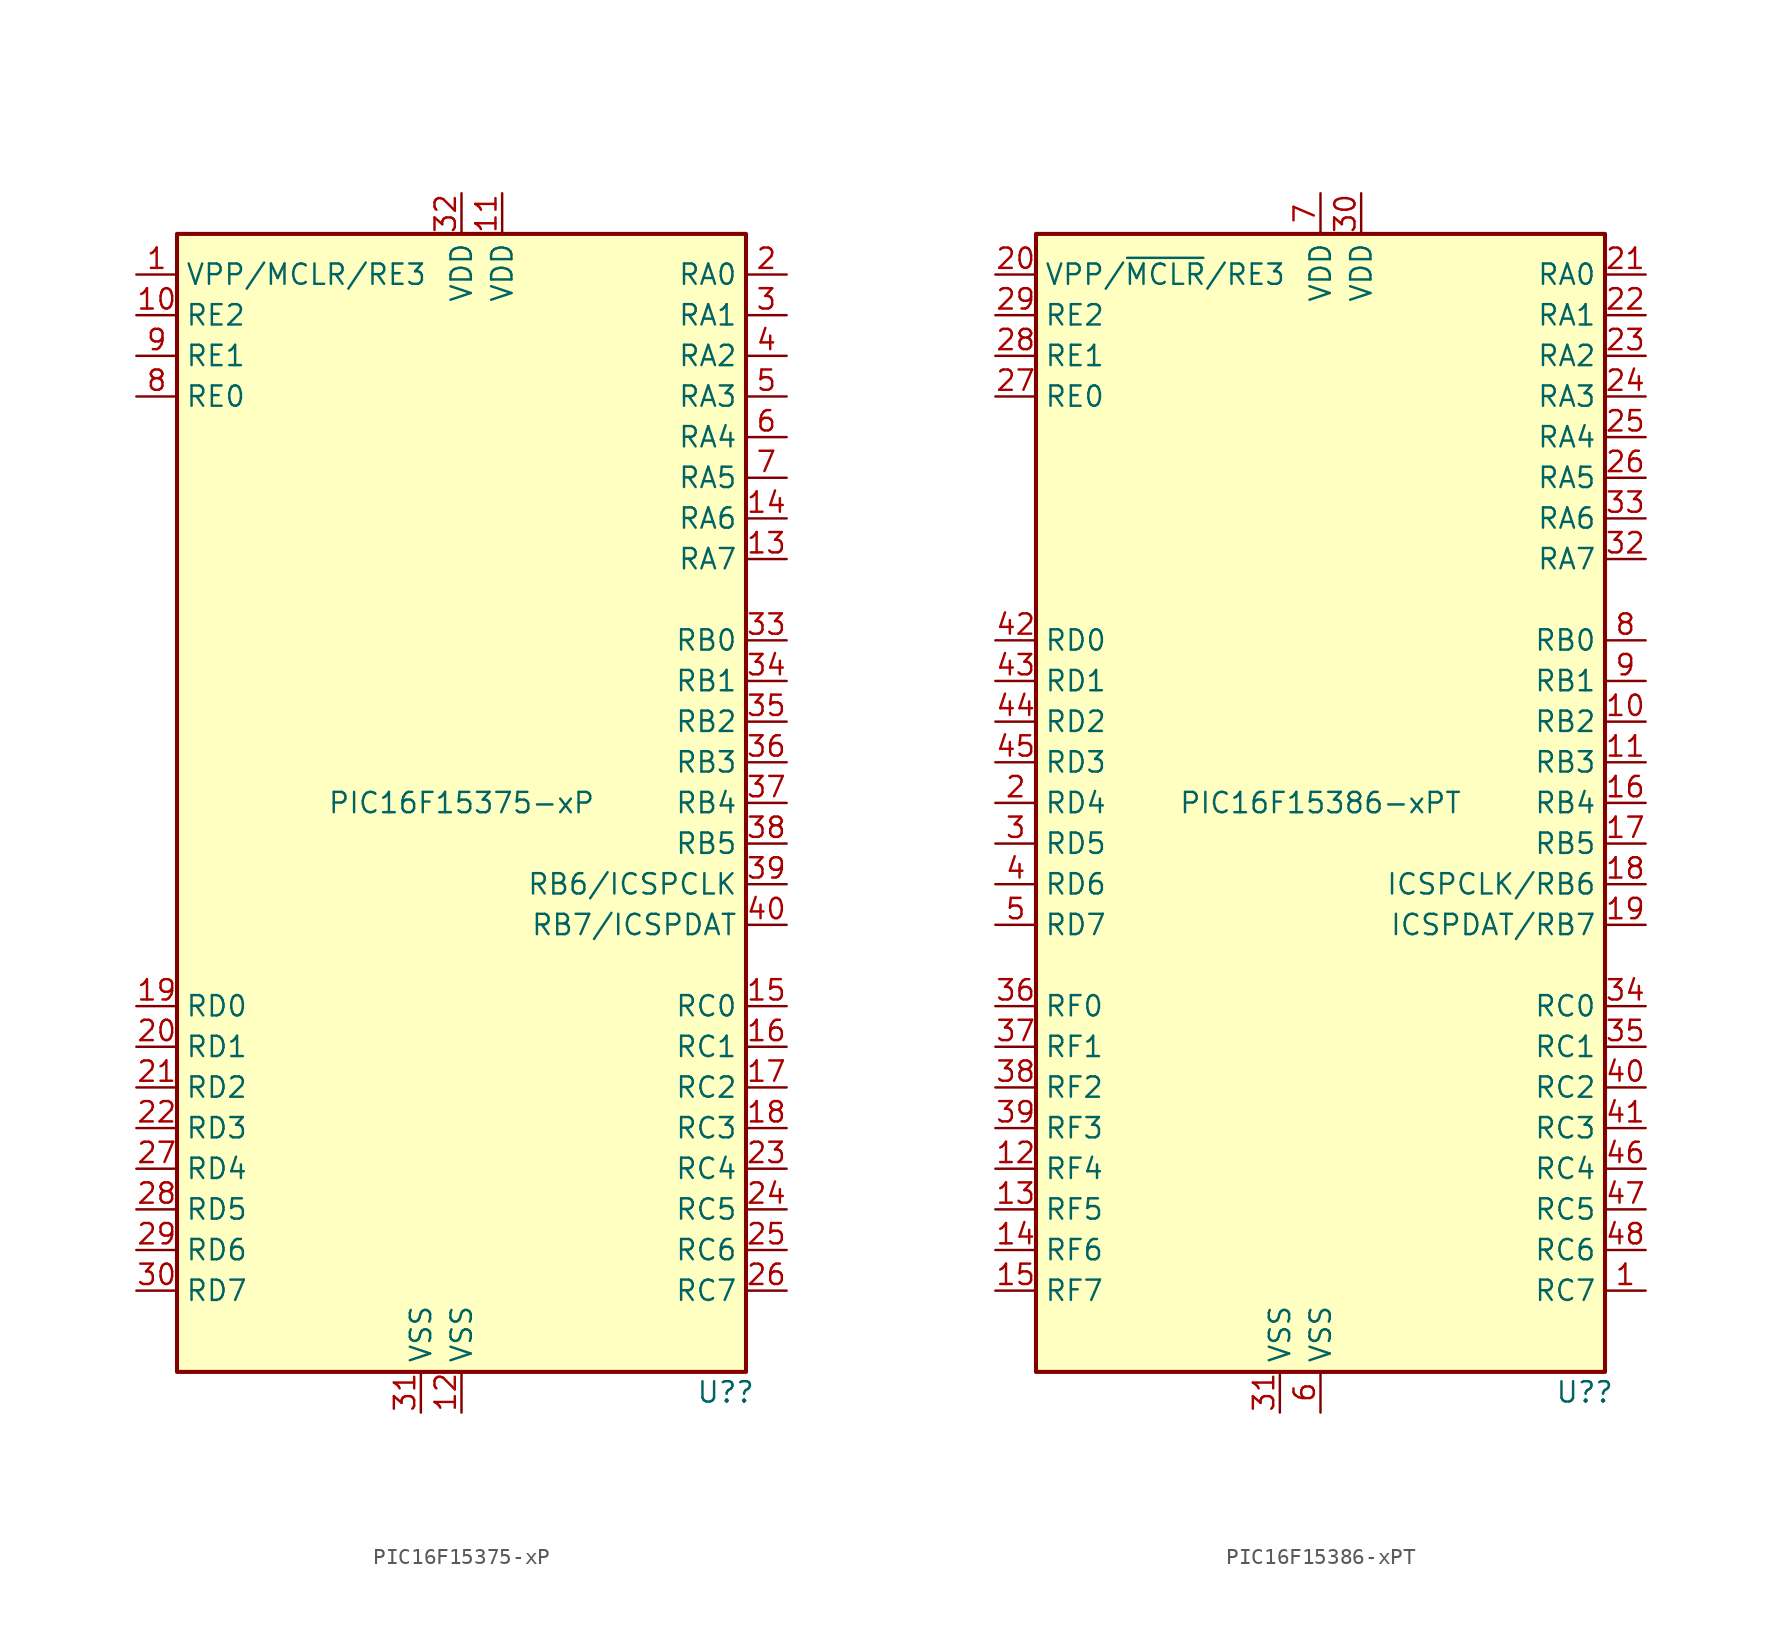
<source format=kicad_sym>
(kicad_symbol_lib
  (version 20241209)
  (generator "kicad_symbol_editor")
  (generator_version "9.0")
  (symbol "PIC16F15375-xP"
    (property "Reference" "U?"
      (at 16.51 -36.83 0)
      (effects (font (size 1.27 1.27))))
    (property "Value" "PIC16F15375-xP"
      (at 0 0 0)
      (effects (font (size 1.27 1.27))))
    (symbol "PIC16F15375-xP_0_1"
      (rectangle (start -17.78 35.56) (end 17.78 -35.56) (stroke (width 0.254) (type default)) (fill (type background))))
    (symbol "PIC16F15375-xP_1_1"
      (pin bidirectional line (at -20.32 33.02 0) (length 2.54) (name "VPP/MCLR/RE3" (effects (font (size 1.27 1.27)))) (number "1" (effects (font (size 1.27 1.27)))))
      (pin bidirectional line (at -20.32 30.48 0) (length 2.54) (name "RE2" (effects (font (size 1.27 1.27)))) (number "10" (effects (font (size 1.27 1.27)))))
      (pin bidirectional line (at -20.32 27.94 0) (length 2.54) (name "RE1" (effects (font (size 1.27 1.27)))) (number "9" (effects (font (size 1.27 1.27)))))
      (pin bidirectional line (at -20.32 25.4 0) (length 2.54) (name "RE0" (effects (font (size 1.27 1.27)))) (number "8" (effects (font (size 1.27 1.27)))))
      (pin bidirectional line (at -20.32 -12.7 0) (length 2.54) (name "RD0" (effects (font (size 1.27 1.27)))) (number "19" (effects (font (size 1.27 1.27)))))
      (pin bidirectional line (at -20.32 -15.24 0) (length 2.54) (name "RD1" (effects (font (size 1.27 1.27)))) (number "20" (effects (font (size 1.27 1.27)))))
      (pin bidirectional line (at -20.32 -17.78 0) (length 2.54) (name "RD2" (effects (font (size 1.27 1.27)))) (number "21" (effects (font (size 1.27 1.27)))))
      (pin bidirectional line (at -20.32 -20.32 0) (length 2.54) (name "RD3" (effects (font (size 1.27 1.27)))) (number "22" (effects (font (size 1.27 1.27)))))
      (pin bidirectional line (at -20.32 -22.86 0) (length 2.54) (name "RD4" (effects (font (size 1.27 1.27)))) (number "27" (effects (font (size 1.27 1.27)))))
      (pin bidirectional line (at -20.32 -25.4 0) (length 2.54) (name "RD5" (effects (font (size 1.27 1.27)))) (number "28" (effects (font (size 1.27 1.27)))))
      (pin bidirectional line (at -20.32 -27.94 0) (length 2.54) (name "RD6" (effects (font (size 1.27 1.27)))) (number "29" (effects (font (size 1.27 1.27)))))
      (pin bidirectional line (at -20.32 -30.48 0) (length 2.54) (name "RD7" (effects (font (size 1.27 1.27)))) (number "30" (effects (font (size 1.27 1.27)))))
      (pin power_in line (at -2.54 -38.1 90) (length 2.54) (name "VSS" (effects (font (size 1.27 1.27)))) (number "31" (effects (font (size 1.27 1.27)))))
      (pin power_in line (at 0 38.1 270) (length 2.54) (name "VDD" (effects (font (size 1.27 1.27)))) (number "32" (effects (font (size 1.27 1.27)))))
      (pin power_in line (at 0 -38.1 90) (length 2.54) (name "VSS" (effects (font (size 1.27 1.27)))) (number "12" (effects (font (size 1.27 1.27)))))
      (pin power_in line (at 2.54 38.1 270) (length 2.54) (name "VDD" (effects (font (size 1.27 1.27)))) (number "11" (effects (font (size 1.27 1.27)))))
      (pin bidirectional line (at 20.32 33.02 180) (length 2.54) (name "RA0" (effects (font (size 1.27 1.27)))) (number "2" (effects (font (size 1.27 1.27)))))
      (pin bidirectional line (at 20.32 30.48 180) (length 2.54) (name "RA1" (effects (font (size 1.27 1.27)))) (number "3" (effects (font (size 1.27 1.27)))))
      (pin bidirectional line (at 20.32 27.94 180) (length 2.54) (name "RA2" (effects (font (size 1.27 1.27)))) (number "4" (effects (font (size 1.27 1.27)))))
      (pin bidirectional line (at 20.32 25.4 180) (length 2.54) (name "RA3" (effects (font (size 1.27 1.27)))) (number "5" (effects (font (size 1.27 1.27)))))
      (pin bidirectional line (at 20.32 22.86 180) (length 2.54) (name "RA4" (effects (font (size 1.27 1.27)))) (number "6" (effects (font (size 1.27 1.27)))))
      (pin bidirectional line (at 20.32 20.32 180) (length 2.54) (name "RA5" (effects (font (size 1.27 1.27)))) (number "7" (effects (font (size 1.27 1.27)))))
      (pin bidirectional line (at 20.32 17.78 180) (length 2.54) (name "RA6" (effects (font (size 1.27 1.27)))) (number "14" (effects (font (size 1.27 1.27)))))
      (pin bidirectional line (at 20.32 15.24 180) (length 2.54) (name "RA7" (effects (font (size 1.27 1.27)))) (number "13" (effects (font (size 1.27 1.27)))))
      (pin bidirectional line (at 20.32 10.16 180) (length 2.54) (name "RB0" (effects (font (size 1.27 1.27)))) (number "33" (effects (font (size 1.27 1.27)))))
      (pin bidirectional line (at 20.32 7.62 180) (length 2.54) (name "RB1" (effects (font (size 1.27 1.27)))) (number "34" (effects (font (size 1.27 1.27)))))
      (pin bidirectional line (at 20.32 5.08 180) (length 2.54) (name "RB2" (effects (font (size 1.27 1.27)))) (number "35" (effects (font (size 1.27 1.27)))))
      (pin bidirectional line (at 20.32 2.54 180) (length 2.54) (name "RB3" (effects (font (size 1.27 1.27)))) (number "36" (effects (font (size 1.27 1.27)))))
      (pin bidirectional line (at 20.32 0 180) (length 2.54) (name "RB4" (effects (font (size 1.27 1.27)))) (number "37" (effects (font (size 1.27 1.27)))))
      (pin bidirectional line (at 20.32 -2.54 180) (length 2.54) (name "RB5" (effects (font (size 1.27 1.27)))) (number "38" (effects (font (size 1.27 1.27)))))
      (pin bidirectional line (at 20.32 -5.08 180) (length 2.54) (name "RB6/ICSPCLK" (effects (font (size 1.27 1.27)))) (number "39" (effects (font (size 1.27 1.27)))))
      (pin bidirectional line (at 20.32 -7.62 180) (length 2.54) (name "RB7/ICSPDAT" (effects (font (size 1.27 1.27)))) (number "40" (effects (font (size 1.27 1.27)))))
      (pin bidirectional line (at 20.32 -12.7 180) (length 2.54) (name "RC0" (effects (font (size 1.27 1.27)))) (number "15" (effects (font (size 1.27 1.27)))))
      (pin bidirectional line (at 20.32 -15.24 180) (length 2.54) (name "RC1" (effects (font (size 1.27 1.27)))) (number "16" (effects (font (size 1.27 1.27)))))
      (pin bidirectional line (at 20.32 -17.78 180) (length 2.54) (name "RC2" (effects (font (size 1.27 1.27)))) (number "17" (effects (font (size 1.27 1.27)))))
      (pin bidirectional line (at 20.32 -20.32 180) (length 2.54) (name "RC3" (effects (font (size 1.27 1.27)))) (number "18" (effects (font (size 1.27 1.27)))))
      (pin bidirectional line (at 20.32 -22.86 180) (length 2.54) (name "RC4" (effects (font (size 1.27 1.27)))) (number "23" (effects (font (size 1.27 1.27)))))
      (pin bidirectional line (at 20.32 -25.4 180) (length 2.54) (name "RC5" (effects (font (size 1.27 1.27)))) (number "24" (effects (font (size 1.27 1.27)))))
      (pin bidirectional line (at 20.32 -27.94 180) (length 2.54) (name "RC6" (effects (font (size 1.27 1.27)))) (number "25" (effects (font (size 1.27 1.27)))))
      (pin bidirectional line (at 20.32 -30.48 180) (length 2.54) (name "RC7" (effects (font (size 1.27 1.27)))) (number "26" (effects (font (size 1.27 1.27)))))))
  (symbol "PIC16F15386-xPT"
    (property "Reference" "U?"
      (at 16.51 -36.83 0)
      (effects (font (size 1.27 1.27))))
    (property "Value" "PIC16F15386-xPT"
      (at 0 0 0)
      (effects (font (size 1.27 1.27))))
    (symbol "PIC16F15386-xPT_0_0"
      (pin bidirectional line (at -20.32 -2.54 0) (length 2.54) (name "RD5" (effects (font (size 1.27 1.27)))) (number "3" (effects (font (size 1.27 1.27)))))
      (pin bidirectional line (at -20.32 -5.08 0) (length 2.54) (name "RD6" (effects (font (size 1.27 1.27)))) (number "4" (effects (font (size 1.27 1.27))))))
    (symbol "PIC16F15386-xPT_0_1"
      (rectangle (start -17.78 35.56) (end 17.78 -35.56) (stroke (width 0.254) (type default)) (fill (type background))))
    (symbol "PIC16F15386-xPT_1_1"
      (pin bidirectional line (at -20.32 33.02 0) (length 2.54) (name "VPP/~{MCLR}/RE3" (effects (font (size 1.27 1.27)))) (number "20" (effects (font (size 1.27 1.27)))))
      (pin bidirectional line (at -20.32 30.48 0) (length 2.54) (name "RE2" (effects (font (size 1.27 1.27)))) (number "29" (effects (font (size 1.27 1.27)))))
      (pin bidirectional line (at -20.32 27.94 0) (length 2.54) (name "RE1" (effects (font (size 1.27 1.27)))) (number "28" (effects (font (size 1.27 1.27)))))
      (pin bidirectional line (at -20.32 25.4 0) (length 2.54) (name "RE0" (effects (font (size 1.27 1.27)))) (number "27" (effects (font (size 1.27 1.27)))))
      (pin bidirectional line (at -20.32 10.16 0) (length 2.54) (name "RD0" (effects (font (size 1.27 1.27)))) (number "42" (effects (font (size 1.27 1.27)))))
      (pin bidirectional line (at -20.32 7.62 0) (length 2.54) (name "RD1" (effects (font (size 1.27 1.27)))) (number "43" (effects (font (size 1.27 1.27)))))
      (pin bidirectional line (at -20.32 5.08 0) (length 2.54) (name "RD2" (effects (font (size 1.27 1.27)))) (number "44" (effects (font (size 1.27 1.27)))))
      (pin bidirectional line (at -20.32 2.54 0) (length 2.54) (name "RD3" (effects (font (size 1.27 1.27)))) (number "45" (effects (font (size 1.27 1.27)))))
      (pin bidirectional line (at -20.32 0 0) (length 2.54) (name "RD4" (effects (font (size 1.27 1.27)))) (number "2" (effects (font (size 1.27 1.27)))))
      (pin bidirectional line (at -20.32 -7.62 0) (length 2.54) (name "RD7" (effects (font (size 1.27 1.27)))) (number "5" (effects (font (size 1.27 1.27)))))
      (pin bidirectional line (at -20.32 -12.7 0) (length 2.54) (name "RF0" (effects (font (size 1.27 1.27)))) (number "36" (effects (font (size 1.27 1.27)))))
      (pin bidirectional line (at -20.32 -15.24 0) (length 2.54) (name "RF1" (effects (font (size 1.27 1.27)))) (number "37" (effects (font (size 1.27 1.27)))))
      (pin bidirectional line (at -20.32 -17.78 0) (length 2.54) (name "RF2" (effects (font (size 1.27 1.27)))) (number "38" (effects (font (size 1.27 1.27)))))
      (pin bidirectional line (at -20.32 -20.32 0) (length 2.54) (name "RF3" (effects (font (size 1.27 1.27)))) (number "39" (effects (font (size 1.27 1.27)))))
      (pin bidirectional line (at -20.32 -22.86 0) (length 2.54) (name "RF4" (effects (font (size 1.27 1.27)))) (number "12" (effects (font (size 1.27 1.27)))))
      (pin bidirectional line (at -20.32 -25.4 0) (length 2.54) (name "RF5" (effects (font (size 1.27 1.27)))) (number "13" (effects (font (size 1.27 1.27)))))
      (pin bidirectional line (at -20.32 -27.94 0) (length 2.54) (name "RF6" (effects (font (size 1.27 1.27)))) (number "14" (effects (font (size 1.27 1.27)))))
      (pin bidirectional line (at -20.32 -30.48 0) (length 2.54) (name "RF7" (effects (font (size 1.27 1.27)))) (number "15" (effects (font (size 1.27 1.27)))))
      (pin power_in line (at -2.54 -38.1 90) (length 2.54) (name "VSS" (effects (font (size 1.27 1.27)))) (number "31" (effects (font (size 1.27 1.27)))))
      (pin power_in line (at 0 38.1 270) (length 2.54) (name "VDD" (effects (font (size 1.27 1.27)))) (number "7" (effects (font (size 1.27 1.27)))))
      (pin power_in line (at 0 -38.1 90) (length 2.54) (name "VSS" (effects (font (size 1.27 1.27)))) (number "6" (effects (font (size 1.27 1.27)))))
      (pin power_in line (at 2.54 38.1 270) (length 2.54) (name "VDD" (effects (font (size 1.27 1.27)))) (number "30" (effects (font (size 1.27 1.27)))))
      (pin bidirectional line (at 20.32 33.02 180) (length 2.54) (name "RA0" (effects (font (size 1.27 1.27)))) (number "21" (effects (font (size 1.27 1.27)))))
      (pin bidirectional line (at 20.32 30.48 180) (length 2.54) (name "RA1" (effects (font (size 1.27 1.27)))) (number "22" (effects (font (size 1.27 1.27)))))
      (pin bidirectional line (at 20.32 27.94 180) (length 2.54) (name "RA2" (effects (font (size 1.27 1.27)))) (number "23" (effects (font (size 1.27 1.27)))))
      (pin bidirectional line (at 20.32 25.4 180) (length 2.54) (name "RA3" (effects (font (size 1.27 1.27)))) (number "24" (effects (font (size 1.27 1.27)))))
      (pin bidirectional line (at 20.32 22.86 180) (length 2.54) (name "RA4" (effects (font (size 1.27 1.27)))) (number "25" (effects (font (size 1.27 1.27)))))
      (pin bidirectional line (at 20.32 20.32 180) (length 2.54) (name "RA5" (effects (font (size 1.27 1.27)))) (number "26" (effects (font (size 1.27 1.27)))))
      (pin bidirectional line (at 20.32 17.78 180) (length 2.54) (name "RA6" (effects (font (size 1.27 1.27)))) (number "33" (effects (font (size 1.27 1.27)))))
      (pin bidirectional line (at 20.32 15.24 180) (length 2.54) (name "RA7" (effects (font (size 1.27 1.27)))) (number "32" (effects (font (size 1.27 1.27)))))
      (pin bidirectional line (at 20.32 10.16 180) (length 2.54) (name "RB0" (effects (font (size 1.27 1.27)))) (number "8" (effects (font (size 1.27 1.27)))))
      (pin bidirectional line (at 20.32 7.62 180) (length 2.54) (name "RB1" (effects (font (size 1.27 1.27)))) (number "9" (effects (font (size 1.27 1.27)))))
      (pin bidirectional line (at 20.32 5.08 180) (length 2.54) (name "RB2" (effects (font (size 1.27 1.27)))) (number "10" (effects (font (size 1.27 1.27)))))
      (pin bidirectional line (at 20.32 2.54 180) (length 2.54) (name "RB3" (effects (font (size 1.27 1.27)))) (number "11" (effects (font (size 1.27 1.27)))))
      (pin bidirectional line (at 20.32 0 180) (length 2.54) (name "RB4" (effects (font (size 1.27 1.27)))) (number "16" (effects (font (size 1.27 1.27)))))
      (pin bidirectional line (at 20.32 -2.54 180) (length 2.54) (name "RB5" (effects (font (size 1.27 1.27)))) (number "17" (effects (font (size 1.27 1.27)))))
      (pin bidirectional line (at 20.32 -5.08 180) (length 2.54) (name "ICSPCLK/RB6" (effects (font (size 1.27 1.27)))) (number "18" (effects (font (size 1.27 1.27)))))
      (pin bidirectional line (at 20.32 -7.62 180) (length 2.54) (name "ICSPDAT/RB7" (effects (font (size 1.27 1.27)))) (number "19" (effects (font (size 1.27 1.27)))))
      (pin bidirectional line (at 20.32 -12.7 180) (length 2.54) (name "RC0" (effects (font (size 1.27 1.27)))) (number "34" (effects (font (size 1.27 1.27)))))
      (pin bidirectional line (at 20.32 -15.24 180) (length 2.54) (name "RC1" (effects (font (size 1.27 1.27)))) (number "35" (effects (font (size 1.27 1.27)))))
      (pin bidirectional line (at 20.32 -17.78 180) (length 2.54) (name "RC2" (effects (font (size 1.27 1.27)))) (number "40" (effects (font (size 1.27 1.27)))))
      (pin bidirectional line (at 20.32 -20.32 180) (length 2.54) (name "RC3" (effects (font (size 1.27 1.27)))) (number "41" (effects (font (size 1.27 1.27)))))
      (pin bidirectional line (at 20.32 -22.86 180) (length 2.54) (name "RC4" (effects (font (size 1.27 1.27)))) (number "46" (effects (font (size 1.27 1.27)))))
      (pin bidirectional line (at 20.32 -25.4 180) (length 2.54) (name "RC5" (effects (font (size 1.27 1.27)))) (number "47" (effects (font (size 1.27 1.27)))))
      (pin bidirectional line (at 20.32 -27.94 180) (length 2.54) (name "RC6" (effects (font (size 1.27 1.27)))) (number "48" (effects (font (size 1.27 1.27)))))
      (pin bidirectional line (at 20.32 -30.48 180) (length 2.54) (name "RC7" (effects (font (size 1.27 1.27)))) (number "1" (effects (font (size 1.27 1.27))))))))
</source>
